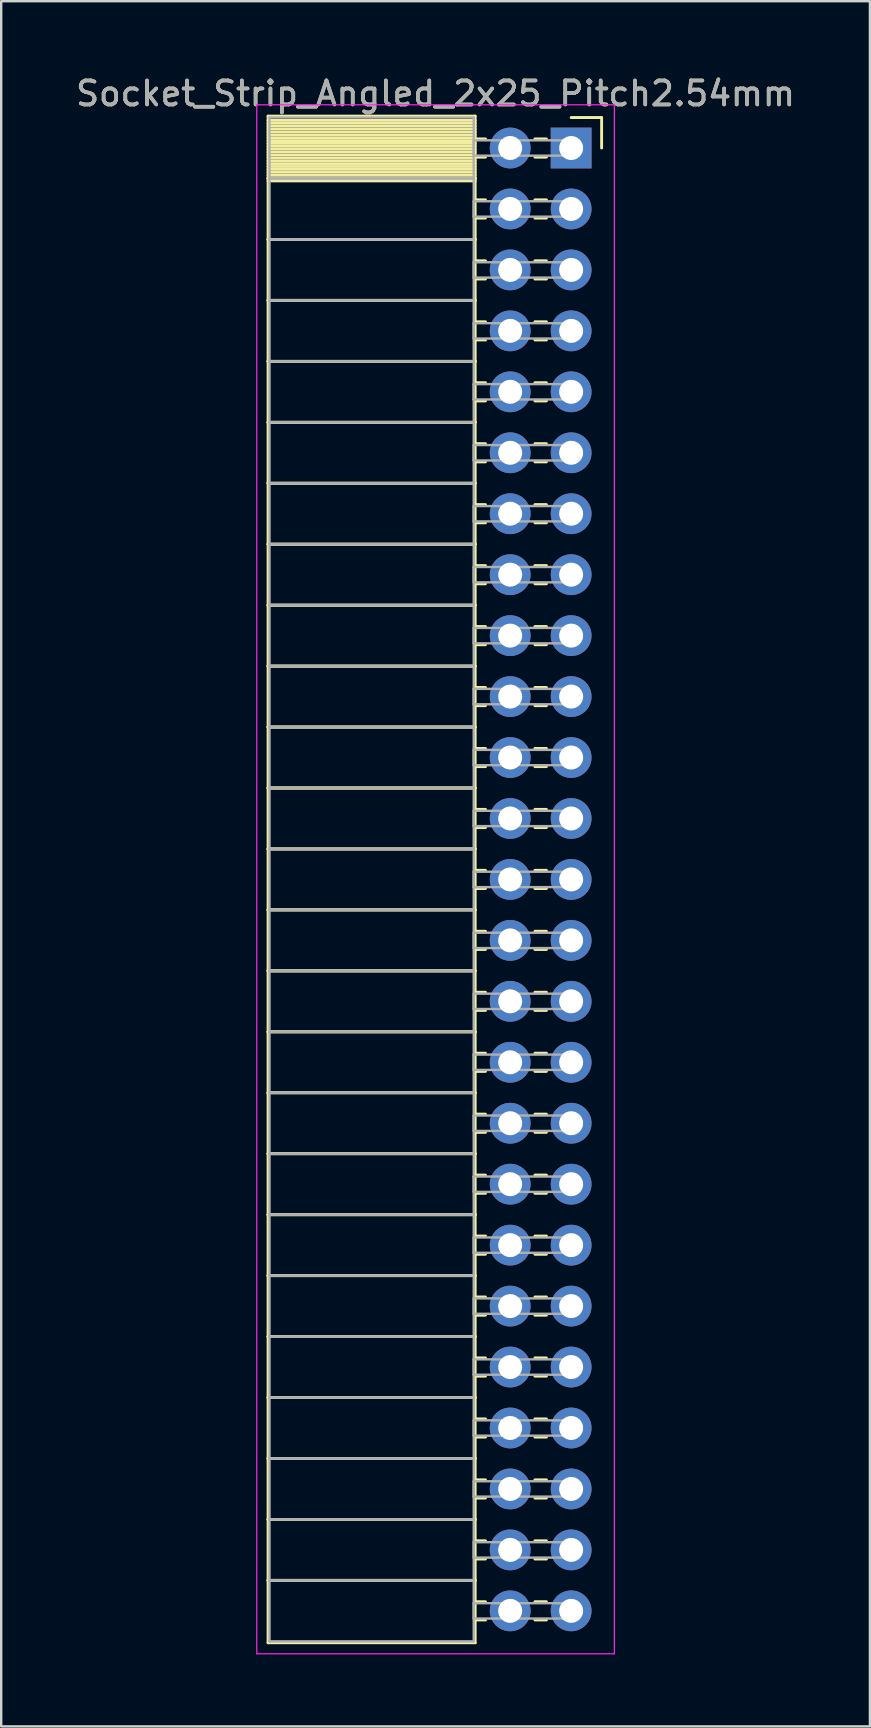
<source format=kicad_pcb>
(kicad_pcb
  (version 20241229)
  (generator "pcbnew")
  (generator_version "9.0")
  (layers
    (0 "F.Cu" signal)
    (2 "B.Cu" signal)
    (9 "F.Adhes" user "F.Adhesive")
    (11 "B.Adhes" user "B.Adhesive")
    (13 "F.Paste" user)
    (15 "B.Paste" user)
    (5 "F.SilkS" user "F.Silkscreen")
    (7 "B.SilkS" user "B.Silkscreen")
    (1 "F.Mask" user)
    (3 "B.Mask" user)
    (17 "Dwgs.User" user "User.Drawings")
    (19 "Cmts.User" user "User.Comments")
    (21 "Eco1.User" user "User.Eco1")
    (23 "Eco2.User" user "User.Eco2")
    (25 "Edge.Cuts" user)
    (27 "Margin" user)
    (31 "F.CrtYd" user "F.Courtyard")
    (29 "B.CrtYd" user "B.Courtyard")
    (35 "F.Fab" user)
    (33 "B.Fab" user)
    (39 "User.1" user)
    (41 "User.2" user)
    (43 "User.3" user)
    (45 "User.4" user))
  (footprint "Socket_Strip_Angled_2x25_Pitch2.54mm"
    (layer "F.Cu")
    (at 20.751 3.118)
    (property "Reference" "Socket_Strip_Angled_2x25_Pitch2.54mm" (at -5.65 -2.27 0) (layer "F.SilkS") (effects (font (size 1 1) (thickness 0.15))))
    (attr through_hole)
    (fp_line (start -12.63 -1.33) (end -4 -1.33) (stroke (width 0.12) (type solid)) (layer "F.SilkS"))
    (fp_line (start -12.63 1.27) (end -12.63 -1.33) (stroke (width 0.12) (type solid)) (layer "F.SilkS"))
    (fp_line (start -12.63 1.27) (end -4 1.27) (stroke (width 0.12) (type solid)) (layer "F.SilkS"))
    (fp_line (start -12.63 3.81) (end -12.63 1.27) (stroke (width 0.12) (type solid)) (layer "F.SilkS"))
    (fp_line (start -12.63 3.81) (end -4 3.81) (stroke (width 0.12) (type solid)) (layer "F.SilkS"))
    (fp_line (start -12.63 6.35) (end -12.63 3.81) (stroke (width 0.12) (type solid)) (layer "F.SilkS"))
    (fp_line (start -12.63 6.35) (end -4 6.35) (stroke (width 0.12) (type solid)) (layer "F.SilkS"))
    (fp_line (start -12.63 8.89) (end -12.63 6.35) (stroke (width 0.12) (type solid)) (layer "F.SilkS"))
    (fp_line (start -12.63 8.89) (end -4 8.89) (stroke (width 0.12) (type solid)) (layer "F.SilkS"))
    (fp_line (start -12.63 11.43) (end -12.63 8.89) (stroke (width 0.12) (type solid)) (layer "F.SilkS"))
    (fp_line (start -12.63 11.43) (end -4 11.43) (stroke (width 0.12) (type solid)) (layer "F.SilkS"))
    (fp_line (start -12.63 13.97) (end -12.63 11.43) (stroke (width 0.12) (type solid)) (layer "F.SilkS"))
    (fp_line (start -12.63 13.97) (end -4 13.97) (stroke (width 0.12) (type solid)) (layer "F.SilkS"))
    (fp_line (start -12.63 16.51) (end -12.63 13.97) (stroke (width 0.12) (type solid)) (layer "F.SilkS"))
    (fp_line (start -12.63 16.51) (end -4 16.51) (stroke (width 0.12) (type solid)) (layer "F.SilkS"))
    (fp_line (start -12.63 19.05) (end -12.63 16.51) (stroke (width 0.12) (type solid)) (layer "F.SilkS"))
    (fp_line (start -12.63 19.05) (end -4 19.05) (stroke (width 0.12) (type solid)) (layer "F.SilkS"))
    (fp_line (start -12.63 21.59) (end -12.63 19.05) (stroke (width 0.12) (type solid)) (layer "F.SilkS"))
    (fp_line (start -12.63 21.59) (end -4 21.59) (stroke (width 0.12) (type solid)) (layer "F.SilkS"))
    (fp_line (start -12.63 24.13) (end -12.63 21.59) (stroke (width 0.12) (type solid)) (layer "F.SilkS"))
    (fp_line (start -12.63 24.13) (end -4 24.13) (stroke (width 0.12) (type solid)) (layer "F.SilkS"))
    (fp_line (start -12.63 26.67) (end -12.63 24.13) (stroke (width 0.12) (type solid)) (layer "F.SilkS"))
    (fp_line (start -12.63 26.67) (end -4 26.67) (stroke (width 0.12) (type solid)) (layer "F.SilkS"))
    (fp_line (start -12.63 29.21) (end -12.63 26.67) (stroke (width 0.12) (type solid)) (layer "F.SilkS"))
    (fp_line (start -12.63 29.21) (end -4 29.21) (stroke (width 0.12) (type solid)) (layer "F.SilkS"))
    (fp_line (start -12.63 31.75) (end -12.63 29.21) (stroke (width 0.12) (type solid)) (layer "F.SilkS"))
    (fp_line (start -12.63 31.75) (end -4 31.75) (stroke (width 0.12) (type solid)) (layer "F.SilkS"))
    (fp_line (start -12.63 34.29) (end -12.63 31.75) (stroke (width 0.12) (type solid)) (layer "F.SilkS"))
    (fp_line (start -12.63 34.29) (end -4 34.29) (stroke (width 0.12) (type solid)) (layer "F.SilkS"))
    (fp_line (start -12.63 36.83) (end -12.63 34.29) (stroke (width 0.12) (type solid)) (layer "F.SilkS"))
    (fp_line (start -12.63 36.83) (end -4 36.83) (stroke (width 0.12) (type solid)) (layer "F.SilkS"))
    (fp_line (start -12.63 39.37) (end -12.63 36.83) (stroke (width 0.12) (type solid)) (layer "F.SilkS"))
    (fp_line (start -12.63 39.37) (end -4 39.37) (stroke (width 0.12) (type solid)) (layer "F.SilkS"))
    (fp_line (start -12.63 41.91) (end -12.63 39.37) (stroke (width 0.12) (type solid)) (layer "F.SilkS"))
    (fp_line (start -12.63 41.91) (end -4 41.91) (stroke (width 0.12) (type solid)) (layer "F.SilkS"))
    (fp_line (start -12.63 44.45) (end -12.63 41.91) (stroke (width 0.12) (type solid)) (layer "F.SilkS"))
    (fp_line (start -12.63 44.45) (end -4 44.45) (stroke (width 0.12) (type solid)) (layer "F.SilkS"))
    (fp_line (start -12.63 46.99) (end -12.63 44.45) (stroke (width 0.12) (type solid)) (layer "F.SilkS"))
    (fp_line (start -12.63 46.99) (end -4 46.99) (stroke (width 0.12) (type solid)) (layer "F.SilkS"))
    (fp_line (start -12.63 49.53) (end -12.63 46.99) (stroke (width 0.12) (type solid)) (layer "F.SilkS"))
    (fp_line (start -12.63 49.53) (end -4 49.53) (stroke (width 0.12) (type solid)) (layer "F.SilkS"))
    (fp_line (start -12.63 52.07) (end -12.63 49.53) (stroke (width 0.12) (type solid)) (layer "F.SilkS"))
    (fp_line (start -12.63 52.07) (end -4 52.07) (stroke (width 0.12) (type solid)) (layer "F.SilkS"))
    (fp_line (start -12.63 54.61) (end -12.63 52.07) (stroke (width 0.12) (type solid)) (layer "F.SilkS"))
    (fp_line (start -12.63 54.61) (end -4 54.61) (stroke (width 0.12) (type solid)) (layer "F.SilkS"))
    (fp_line (start -12.63 57.15) (end -12.63 54.61) (stroke (width 0.12) (type solid)) (layer "F.SilkS"))
    (fp_line (start -12.63 57.15) (end -4 57.15) (stroke (width 0.12) (type solid)) (layer "F.SilkS"))
    (fp_line (start -12.63 59.69) (end -12.63 57.15) (stroke (width 0.12) (type solid)) (layer "F.SilkS"))
    (fp_line (start -12.63 59.69) (end -4 59.69) (stroke (width 0.12) (type solid)) (layer "F.SilkS"))
    (fp_line (start -12.63 62.29) (end -12.63 59.69) (stroke (width 0.12) (type solid)) (layer "F.SilkS"))
    (fp_line (start -4 -1.33) (end -4 1.27) (stroke (width 0.12) (type solid)) (layer "F.SilkS"))
    (fp_line (start -4 -1.15) (end -12.63 -1.15) (stroke (width 0.12) (type solid)) (layer "F.SilkS"))
    (fp_line (start -4 -1.03) (end -12.63 -1.03) (stroke (width 0.12) (type solid)) (layer "F.SilkS"))
    (fp_line (start -4 -0.91) (end -12.63 -0.91) (stroke (width 0.12) (type solid)) (layer "F.SilkS"))
    (fp_line (start -4 -0.79) (end -12.63 -0.79) (stroke (width 0.12) (type solid)) (layer "F.SilkS"))
    (fp_line (start -4 -0.67) (end -12.63 -0.67) (stroke (width 0.12) (type solid)) (layer "F.SilkS"))
    (fp_line (start -4 -0.55) (end -12.63 -0.55) (stroke (width 0.12) (type solid)) (layer "F.SilkS"))
    (fp_line (start -4 -0.43) (end -12.63 -0.43) (stroke (width 0.12) (type solid)) (layer "F.SilkS"))
    (fp_line (start -4 -0.31) (end -12.63 -0.31) (stroke (width 0.12) (type solid)) (layer "F.SilkS"))
    (fp_line (start -4 -0.19) (end -12.63 -0.19) (stroke (width 0.12) (type solid)) (layer "F.SilkS"))
    (fp_line (start -4 -0.07) (end -12.63 -0.07) (stroke (width 0.12) (type solid)) (layer "F.SilkS"))
    (fp_line (start -4 0.05) (end -12.63 0.05) (stroke (width 0.12) (type solid)) (layer "F.SilkS"))
    (fp_line (start -4 0.17) (end -12.63 0.17) (stroke (width 0.12) (type solid)) (layer "F.SilkS"))
    (fp_line (start -4 0.29) (end -12.63 0.29) (stroke (width 0.12) (type solid)) (layer "F.SilkS"))
    (fp_line (start -4 0.41) (end -12.63 0.41) (stroke (width 0.12) (type solid)) (layer "F.SilkS"))
    (fp_line (start -4 0.53) (end -12.63 0.53) (stroke (width 0.12) (type solid)) (layer "F.SilkS"))
    (fp_line (start -4 0.65) (end -12.63 0.65) (stroke (width 0.12) (type solid)) (layer "F.SilkS"))
    (fp_line (start -4 0.77) (end -12.63 0.77) (stroke (width 0.12) (type solid)) (layer "F.SilkS"))
    (fp_line (start -4 0.89) (end -12.63 0.89) (stroke (width 0.12) (type solid)) (layer "F.SilkS"))
    (fp_line (start -4 1.01) (end -12.63 1.01) (stroke (width 0.12) (type solid)) (layer "F.SilkS"))
    (fp_line (start -4 1.13) (end -12.63 1.13) (stroke (width 0.12) (type solid)) (layer "F.SilkS"))
    (fp_line (start -4 1.25) (end -12.63 1.25) (stroke (width 0.12) (type solid)) (layer "F.SilkS"))
    (fp_line (start -4 1.27) (end -12.63 1.27) (stroke (width 0.12) (type solid)) (layer "F.SilkS"))
    (fp_line (start -4 1.27) (end -4 3.81) (stroke (width 0.12) (type solid)) (layer "F.SilkS"))
    (fp_line (start -4 1.37) (end -12.63 1.37) (stroke (width 0.12) (type solid)) (layer "F.SilkS"))
    (fp_line (start -4 3.81) (end -12.63 3.81) (stroke (width 0.12) (type solid)) (layer "F.SilkS"))
    (fp_line (start -4 3.81) (end -4 6.35) (stroke (width 0.12) (type solid)) (layer "F.SilkS"))
    (fp_line (start -4 6.35) (end -12.63 6.35) (stroke (width 0.12) (type solid)) (layer "F.SilkS"))
    (fp_line (start -4 6.35) (end -4 8.89) (stroke (width 0.12) (type solid)) (layer "F.SilkS"))
    (fp_line (start -4 8.89) (end -12.63 8.89) (stroke (width 0.12) (type solid)) (layer "F.SilkS"))
    (fp_line (start -4 8.89) (end -4 11.43) (stroke (width 0.12) (type solid)) (layer "F.SilkS"))
    (fp_line (start -4 11.43) (end -12.63 11.43) (stroke (width 0.12) (type solid)) (layer "F.SilkS"))
    (fp_line (start -4 11.43) (end -4 13.97) (stroke (width 0.12) (type solid)) (layer "F.SilkS"))
    (fp_line (start -4 13.97) (end -12.63 13.97) (stroke (width 0.12) (type solid)) (layer "F.SilkS"))
    (fp_line (start -4 13.97) (end -4 16.51) (stroke (width 0.12) (type solid)) (layer "F.SilkS"))
    (fp_line (start -4 16.51) (end -12.63 16.51) (stroke (width 0.12) (type solid)) (layer "F.SilkS"))
    (fp_line (start -4 16.51) (end -4 19.05) (stroke (width 0.12) (type solid)) (layer "F.SilkS"))
    (fp_line (start -4 19.05) (end -12.63 19.05) (stroke (width 0.12) (type solid)) (layer "F.SilkS"))
    (fp_line (start -4 19.05) (end -4 21.59) (stroke (width 0.12) (type solid)) (layer "F.SilkS"))
    (fp_line (start -4 21.59) (end -12.63 21.59) (stroke (width 0.12) (type solid)) (layer "F.SilkS"))
    (fp_line (start -4 21.59) (end -4 24.13) (stroke (width 0.12) (type solid)) (layer "F.SilkS"))
    (fp_line (start -4 24.13) (end -12.63 24.13) (stroke (width 0.12) (type solid)) (layer "F.SilkS"))
    (fp_line (start -4 24.13) (end -4 26.67) (stroke (width 0.12) (type solid)) (layer "F.SilkS"))
    (fp_line (start -4 26.67) (end -12.63 26.67) (stroke (width 0.12) (type solid)) (layer "F.SilkS"))
    (fp_line (start -4 26.67) (end -4 29.21) (stroke (width 0.12) (type solid)) (layer "F.SilkS"))
    (fp_line (start -4 29.21) (end -12.63 29.21) (stroke (width 0.12) (type solid)) (layer "F.SilkS"))
    (fp_line (start -4 29.21) (end -4 31.75) (stroke (width 0.12) (type solid)) (layer "F.SilkS"))
    (fp_line (start -4 31.75) (end -12.63 31.75) (stroke (width 0.12) (type solid)) (layer "F.SilkS"))
    (fp_line (start -4 31.75) (end -4 34.29) (stroke (width 0.12) (type solid)) (layer "F.SilkS"))
    (fp_line (start -4 34.29) (end -12.63 34.29) (stroke (width 0.12) (type solid)) (layer "F.SilkS"))
    (fp_line (start -4 34.29) (end -4 36.83) (stroke (width 0.12) (type solid)) (layer "F.SilkS"))
    (fp_line (start -4 36.83) (end -12.63 36.83) (stroke (width 0.12) (type solid)) (layer "F.SilkS"))
    (fp_line (start -4 36.83) (end -4 39.37) (stroke (width 0.12) (type solid)) (layer "F.SilkS"))
    (fp_line (start -4 39.37) (end -12.63 39.37) (stroke (width 0.12) (type solid)) (layer "F.SilkS"))
    (fp_line (start -4 39.37) (end -4 41.91) (stroke (width 0.12) (type solid)) (layer "F.SilkS"))
    (fp_line (start -4 41.91) (end -12.63 41.91) (stroke (width 0.12) (type solid)) (layer "F.SilkS"))
    (fp_line (start -4 41.91) (end -4 44.45) (stroke (width 0.12) (type solid)) (layer "F.SilkS"))
    (fp_line (start -4 44.45) (end -12.63 44.45) (stroke (width 0.12) (type solid)) (layer "F.SilkS"))
    (fp_line (start -4 44.45) (end -4 46.99) (stroke (width 0.12) (type solid)) (layer "F.SilkS"))
    (fp_line (start -4 46.99) (end -12.63 46.99) (stroke (width 0.12) (type solid)) (layer "F.SilkS"))
    (fp_line (start -4 46.99) (end -4 49.53) (stroke (width 0.12) (type solid)) (layer "F.SilkS"))
    (fp_line (start -4 49.53) (end -12.63 49.53) (stroke (width 0.12) (type solid)) (layer "F.SilkS"))
    (fp_line (start -4 49.53) (end -4 52.07) (stroke (width 0.12) (type solid)) (layer "F.SilkS"))
    (fp_line (start -4 52.07) (end -12.63 52.07) (stroke (width 0.12) (type solid)) (layer "F.SilkS"))
    (fp_line (start -4 52.07) (end -4 54.61) (stroke (width 0.12) (type solid)) (layer "F.SilkS"))
    (fp_line (start -4 54.61) (end -12.63 54.61) (stroke (width 0.12) (type solid)) (layer "F.SilkS"))
    (fp_line (start -4 54.61) (end -4 57.15) (stroke (width 0.12) (type solid)) (layer "F.SilkS"))
    (fp_line (start -4 57.15) (end -12.63 57.15) (stroke (width 0.12) (type solid)) (layer "F.SilkS"))
    (fp_line (start -4 57.15) (end -4 59.69) (stroke (width 0.12) (type solid)) (layer "F.SilkS"))
    (fp_line (start -4 59.69) (end -12.63 59.69) (stroke (width 0.12) (type solid)) (layer "F.SilkS"))
    (fp_line (start -4 59.69) (end -4 62.29) (stroke (width 0.12) (type solid)) (layer "F.SilkS"))
    (fp_line (start -4 62.29) (end -12.63 62.29) (stroke (width 0.12) (type solid)) (layer "F.SilkS"))
    (fp_line (start -3.57 -0.38) (end -4 -0.38) (stroke (width 0.12) (type solid)) (layer "F.SilkS"))
    (fp_line (start -3.57 0.38) (end -4 0.38) (stroke (width 0.12) (type solid)) (layer "F.SilkS"))
    (fp_line (start -3.57 2.16) (end -4 2.16) (stroke (width 0.12) (type solid)) (layer "F.SilkS"))
    (fp_line (start -3.57 2.92) (end -4 2.92) (stroke (width 0.12) (type solid)) (layer "F.SilkS"))
    (fp_line (start -3.57 4.7) (end -4 4.7) (stroke (width 0.12) (type solid)) (layer "F.SilkS"))
    (fp_line (start -3.57 5.46) (end -4 5.46) (stroke (width 0.12) (type solid)) (layer "F.SilkS"))
    (fp_line (start -3.57 7.24) (end -4 7.24) (stroke (width 0.12) (type solid)) (layer "F.SilkS"))
    (fp_line (start -3.57 8) (end -4 8) (stroke (width 0.12) (type solid)) (layer "F.SilkS"))
    (fp_line (start -3.57 9.78) (end -4 9.78) (stroke (width 0.12) (type solid)) (layer "F.SilkS"))
    (fp_line (start -3.57 10.54) (end -4 10.54) (stroke (width 0.12) (type solid)) (layer "F.SilkS"))
    (fp_line (start -3.57 12.32) (end -4 12.32) (stroke (width 0.12) (type solid)) (layer "F.SilkS"))
    (fp_line (start -3.57 13.08) (end -4 13.08) (stroke (width 0.12) (type solid)) (layer "F.SilkS"))
    (fp_line (start -3.57 14.86) (end -4 14.86) (stroke (width 0.12) (type solid)) (layer "F.SilkS"))
    (fp_line (start -3.57 15.62) (end -4 15.62) (stroke (width 0.12) (type solid)) (layer "F.SilkS"))
    (fp_line (start -3.57 17.4) (end -4 17.4) (stroke (width 0.12) (type solid)) (layer "F.SilkS"))
    (fp_line (start -3.57 18.16) (end -4 18.16) (stroke (width 0.12) (type solid)) (layer "F.SilkS"))
    (fp_line (start -3.57 19.94) (end -4 19.94) (stroke (width 0.12) (type solid)) (layer "F.SilkS"))
    (fp_line (start -3.57 20.7) (end -4 20.7) (stroke (width 0.12) (type solid)) (layer "F.SilkS"))
    (fp_line (start -3.57 22.48) (end -4 22.48) (stroke (width 0.12) (type solid)) (layer "F.SilkS"))
    (fp_line (start -3.57 23.24) (end -4 23.24) (stroke (width 0.12) (type solid)) (layer "F.SilkS"))
    (fp_line (start -3.57 25.02) (end -4 25.02) (stroke (width 0.12) (type solid)) (layer "F.SilkS"))
    (fp_line (start -3.57 25.78) (end -4 25.78) (stroke (width 0.12) (type solid)) (layer "F.SilkS"))
    (fp_line (start -3.57 27.56) (end -4 27.56) (stroke (width 0.12) (type solid)) (layer "F.SilkS"))
    (fp_line (start -3.57 28.32) (end -4 28.32) (stroke (width 0.12) (type solid)) (layer "F.SilkS"))
    (fp_line (start -3.57 30.1) (end -4 30.1) (stroke (width 0.12) (type solid)) (layer "F.SilkS"))
    (fp_line (start -3.57 30.86) (end -4 30.86) (stroke (width 0.12) (type solid)) (layer "F.SilkS"))
    (fp_line (start -3.57 32.64) (end -4 32.64) (stroke (width 0.12) (type solid)) (layer "F.SilkS"))
    (fp_line (start -3.57 33.4) (end -4 33.4) (stroke (width 0.12) (type solid)) (layer "F.SilkS"))
    (fp_line (start -3.57 35.18) (end -4 35.18) (stroke (width 0.12) (type solid)) (layer "F.SilkS"))
    (fp_line (start -3.57 35.94) (end -4 35.94) (stroke (width 0.12) (type solid)) (layer "F.SilkS"))
    (fp_line (start -3.57 37.72) (end -4 37.72) (stroke (width 0.12) (type solid)) (layer "F.SilkS"))
    (fp_line (start -3.57 38.48) (end -4 38.48) (stroke (width 0.12) (type solid)) (layer "F.SilkS"))
    (fp_line (start -3.57 40.26) (end -4 40.26) (stroke (width 0.12) (type solid)) (layer "F.SilkS"))
    (fp_line (start -3.57 41.02) (end -4 41.02) (stroke (width 0.12) (type solid)) (layer "F.SilkS"))
    (fp_line (start -3.57 42.8) (end -4 42.8) (stroke (width 0.12) (type solid)) (layer "F.SilkS"))
    (fp_line (start -3.57 43.56) (end -4 43.56) (stroke (width 0.12) (type solid)) (layer "F.SilkS"))
    (fp_line (start -3.57 45.34) (end -4 45.34) (stroke (width 0.12) (type solid)) (layer "F.SilkS"))
    (fp_line (start -3.57 46.1) (end -4 46.1) (stroke (width 0.12) (type solid)) (layer "F.SilkS"))
    (fp_line (start -3.57 47.88) (end -4 47.88) (stroke (width 0.12) (type solid)) (layer "F.SilkS"))
    (fp_line (start -3.57 48.64) (end -4 48.64) (stroke (width 0.12) (type solid)) (layer "F.SilkS"))
    (fp_line (start -3.57 50.42) (end -4 50.42) (stroke (width 0.12) (type solid)) (layer "F.SilkS"))
    (fp_line (start -3.57 51.18) (end -4 51.18) (stroke (width 0.12) (type solid)) (layer "F.SilkS"))
    (fp_line (start -3.57 52.96) (end -4 52.96) (stroke (width 0.12) (type solid)) (layer "F.SilkS"))
    (fp_line (start -3.57 53.72) (end -4 53.72) (stroke (width 0.12) (type solid)) (layer "F.SilkS"))
    (fp_line (start -3.57 55.5) (end -4 55.5) (stroke (width 0.12) (type solid)) (layer "F.SilkS"))
    (fp_line (start -3.57 56.26) (end -4 56.26) (stroke (width 0.12) (type solid)) (layer "F.SilkS"))
    (fp_line (start -3.57 58.04) (end -4 58.04) (stroke (width 0.12) (type solid)) (layer "F.SilkS"))
    (fp_line (start -3.57 58.8) (end -4 58.8) (stroke (width 0.12) (type solid)) (layer "F.SilkS"))
    (fp_line (start -3.57 60.58) (end -4 60.58) (stroke (width 0.12) (type solid)) (layer "F.SilkS"))
    (fp_line (start -3.57 61.34) (end -4 61.34) (stroke (width 0.12) (type solid)) (layer "F.SilkS"))
    (fp_line (start -1.03 -0.38) (end -1.51 -0.38) (stroke (width 0.12) (type solid)) (layer "F.SilkS"))
    (fp_line (start -1.03 0.38) (end -1.51 0.38) (stroke (width 0.12) (type solid)) (layer "F.SilkS"))
    (fp_line (start -1.03 2.16) (end -1.51 2.16) (stroke (width 0.12) (type solid)) (layer "F.SilkS"))
    (fp_line (start -1.03 2.92) (end -1.51 2.92) (stroke (width 0.12) (type solid)) (layer "F.SilkS"))
    (fp_line (start -1.03 4.7) (end -1.51 4.7) (stroke (width 0.12) (type solid)) (layer "F.SilkS"))
    (fp_line (start -1.03 5.46) (end -1.51 5.46) (stroke (width 0.12) (type solid)) (layer "F.SilkS"))
    (fp_line (start -1.03 7.24) (end -1.51 7.24) (stroke (width 0.12) (type solid)) (layer "F.SilkS"))
    (fp_line (start -1.03 8) (end -1.51 8) (stroke (width 0.12) (type solid)) (layer "F.SilkS"))
    (fp_line (start -1.03 9.78) (end -1.51 9.78) (stroke (width 0.12) (type solid)) (layer "F.SilkS"))
    (fp_line (start -1.03 10.54) (end -1.51 10.54) (stroke (width 0.12) (type solid)) (layer "F.SilkS"))
    (fp_line (start -1.03 12.32) (end -1.51 12.32) (stroke (width 0.12) (type solid)) (layer "F.SilkS"))
    (fp_line (start -1.03 13.08) (end -1.51 13.08) (stroke (width 0.12) (type solid)) (layer "F.SilkS"))
    (fp_line (start -1.03 14.86) (end -1.51 14.86) (stroke (width 0.12) (type solid)) (layer "F.SilkS"))
    (fp_line (start -1.03 15.62) (end -1.51 15.62) (stroke (width 0.12) (type solid)) (layer "F.SilkS"))
    (fp_line (start -1.03 17.4) (end -1.51 17.4) (stroke (width 0.12) (type solid)) (layer "F.SilkS"))
    (fp_line (start -1.03 18.16) (end -1.51 18.16) (stroke (width 0.12) (type solid)) (layer "F.SilkS"))
    (fp_line (start -1.03 19.94) (end -1.51 19.94) (stroke (width 0.12) (type solid)) (layer "F.SilkS"))
    (fp_line (start -1.03 20.7) (end -1.51 20.7) (stroke (width 0.12) (type solid)) (layer "F.SilkS"))
    (fp_line (start -1.03 22.48) (end -1.51 22.48) (stroke (width 0.12) (type solid)) (layer "F.SilkS"))
    (fp_line (start -1.03 23.24) (end -1.51 23.24) (stroke (width 0.12) (type solid)) (layer "F.SilkS"))
    (fp_line (start -1.03 25.02) (end -1.51 25.02) (stroke (width 0.12) (type solid)) (layer "F.SilkS"))
    (fp_line (start -1.03 25.78) (end -1.51 25.78) (stroke (width 0.12) (type solid)) (layer "F.SilkS"))
    (fp_line (start -1.03 27.56) (end -1.51 27.56) (stroke (width 0.12) (type solid)) (layer "F.SilkS"))
    (fp_line (start -1.03 28.32) (end -1.51 28.32) (stroke (width 0.12) (type solid)) (layer "F.SilkS"))
    (fp_line (start -1.03 30.1) (end -1.51 30.1) (stroke (width 0.12) (type solid)) (layer "F.SilkS"))
    (fp_line (start -1.03 30.86) (end -1.51 30.86) (stroke (width 0.12) (type solid)) (layer "F.SilkS"))
    (fp_line (start -1.03 32.64) (end -1.51 32.64) (stroke (width 0.12) (type solid)) (layer "F.SilkS"))
    (fp_line (start -1.03 33.4) (end -1.51 33.4) (stroke (width 0.12) (type solid)) (layer "F.SilkS"))
    (fp_line (start -1.03 35.18) (end -1.51 35.18) (stroke (width 0.12) (type solid)) (layer "F.SilkS"))
    (fp_line (start -1.03 35.94) (end -1.51 35.94) (stroke (width 0.12) (type solid)) (layer "F.SilkS"))
    (fp_line (start -1.03 37.72) (end -1.51 37.72) (stroke (width 0.12) (type solid)) (layer "F.SilkS"))
    (fp_line (start -1.03 38.48) (end -1.51 38.48) (stroke (width 0.12) (type solid)) (layer "F.SilkS"))
    (fp_line (start -1.03 40.26) (end -1.51 40.26) (stroke (width 0.12) (type solid)) (layer "F.SilkS"))
    (fp_line (start -1.03 41.02) (end -1.51 41.02) (stroke (width 0.12) (type solid)) (layer "F.SilkS"))
    (fp_line (start -1.03 42.8) (end -1.51 42.8) (stroke (width 0.12) (type solid)) (layer "F.SilkS"))
    (fp_line (start -1.03 43.56) (end -1.51 43.56) (stroke (width 0.12) (type solid)) (layer "F.SilkS"))
    (fp_line (start -1.03 45.34) (end -1.51 45.34) (stroke (width 0.12) (type solid)) (layer "F.SilkS"))
    (fp_line (start -1.03 46.1) (end -1.51 46.1) (stroke (width 0.12) (type solid)) (layer "F.SilkS"))
    (fp_line (start -1.03 47.88) (end -1.51 47.88) (stroke (width 0.12) (type solid)) (layer "F.SilkS"))
    (fp_line (start -1.03 48.64) (end -1.51 48.64) (stroke (width 0.12) (type solid)) (layer "F.SilkS"))
    (fp_line (start -1.03 50.42) (end -1.51 50.42) (stroke (width 0.12) (type solid)) (layer "F.SilkS"))
    (fp_line (start -1.03 51.18) (end -1.51 51.18) (stroke (width 0.12) (type solid)) (layer "F.SilkS"))
    (fp_line (start -1.03 52.96) (end -1.51 52.96) (stroke (width 0.12) (type solid)) (layer "F.SilkS"))
    (fp_line (start -1.03 53.72) (end -1.51 53.72) (stroke (width 0.12) (type solid)) (layer "F.SilkS"))
    (fp_line (start -1.03 55.5) (end -1.51 55.5) (stroke (width 0.12) (type solid)) (layer "F.SilkS"))
    (fp_line (start -1.03 56.26) (end -1.51 56.26) (stroke (width 0.12) (type solid)) (layer "F.SilkS"))
    (fp_line (start -1.03 58.04) (end -1.51 58.04) (stroke (width 0.12) (type solid)) (layer "F.SilkS"))
    (fp_line (start -1.03 58.8) (end -1.51 58.8) (stroke (width 0.12) (type solid)) (layer "F.SilkS"))
    (fp_line (start -1.03 60.58) (end -1.51 60.58) (stroke (width 0.12) (type solid)) (layer "F.SilkS"))
    (fp_line (start -1.03 61.34) (end -1.51 61.34) (stroke (width 0.12) (type solid)) (layer "F.SilkS"))
    (fp_line (start 0 -1.27) (end 1.27 -1.27) (stroke (width 0.12) (type solid)) (layer "F.SilkS"))
    (fp_line (start 1.27 -1.27) (end 1.27 0) (stroke (width 0.12) (type solid)) (layer "F.SilkS"))
    (fp_line (start -13.1 -1.8) (end 1.8 -1.8) (stroke (width 0.05) (type solid)) (layer "F.CrtYd"))
    (fp_line (start -13.1 62.75) (end -13.1 -1.8) (stroke (width 0.05) (type solid)) (layer "F.CrtYd"))
    (fp_line (start 1.8 -1.8) (end 1.8 62.75) (stroke (width 0.05) (type solid)) (layer "F.CrtYd"))
    (fp_line (start 1.8 62.75) (end -13.1 62.75) (stroke (width 0.05) (type solid)) (layer "F.CrtYd"))
    (fp_line (start -12.57 -1.27) (end -4.06 -1.27) (stroke (width 0.1) (type solid)) (layer "F.Fab"))
    (fp_line (start -12.57 1.27) (end -12.57 -1.27) (stroke (width 0.1) (type solid)) (layer "F.Fab"))
    (fp_line (start -12.57 1.27) (end -4.06 1.27) (stroke (width 0.1) (type solid)) (layer "F.Fab"))
    (fp_line (start -12.57 3.81) (end -12.57 1.27) (stroke (width 0.1) (type solid)) (layer "F.Fab"))
    (fp_line (start -12.57 3.81) (end -4.06 3.81) (stroke (width 0.1) (type solid)) (layer "F.Fab"))
    (fp_line (start -12.57 6.35) (end -12.57 3.81) (stroke (width 0.1) (type solid)) (layer "F.Fab"))
    (fp_line (start -12.57 6.35) (end -4.06 6.35) (stroke (width 0.1) (type solid)) (layer "F.Fab"))
    (fp_line (start -12.57 8.89) (end -12.57 6.35) (stroke (width 0.1) (type solid)) (layer "F.Fab"))
    (fp_line (start -12.57 8.89) (end -4.06 8.89) (stroke (width 0.1) (type solid)) (layer "F.Fab"))
    (fp_line (start -12.57 11.43) (end -12.57 8.89) (stroke (width 0.1) (type solid)) (layer "F.Fab"))
    (fp_line (start -12.57 11.43) (end -4.06 11.43) (stroke (width 0.1) (type solid)) (layer "F.Fab"))
    (fp_line (start -12.57 13.97) (end -12.57 11.43) (stroke (width 0.1) (type solid)) (layer "F.Fab"))
    (fp_line (start -12.57 13.97) (end -4.06 13.97) (stroke (width 0.1) (type solid)) (layer "F.Fab"))
    (fp_line (start -12.57 16.51) (end -12.57 13.97) (stroke (width 0.1) (type solid)) (layer "F.Fab"))
    (fp_line (start -12.57 16.51) (end -4.06 16.51) (stroke (width 0.1) (type solid)) (layer "F.Fab"))
    (fp_line (start -12.57 19.05) (end -12.57 16.51) (stroke (width 0.1) (type solid)) (layer "F.Fab"))
    (fp_line (start -12.57 19.05) (end -4.06 19.05) (stroke (width 0.1) (type solid)) (layer "F.Fab"))
    (fp_line (start -12.57 21.59) (end -12.57 19.05) (stroke (width 0.1) (type solid)) (layer "F.Fab"))
    (fp_line (start -12.57 21.59) (end -4.06 21.59) (stroke (width 0.1) (type solid)) (layer "F.Fab"))
    (fp_line (start -12.57 24.13) (end -12.57 21.59) (stroke (width 0.1) (type solid)) (layer "F.Fab"))
    (fp_line (start -12.57 24.13) (end -4.06 24.13) (stroke (width 0.1) (type solid)) (layer "F.Fab"))
    (fp_line (start -12.57 26.67) (end -12.57 24.13) (stroke (width 0.1) (type solid)) (layer "F.Fab"))
    (fp_line (start -12.57 26.67) (end -4.06 26.67) (stroke (width 0.1) (type solid)) (layer "F.Fab"))
    (fp_line (start -12.57 29.21) (end -12.57 26.67) (stroke (width 0.1) (type solid)) (layer "F.Fab"))
    (fp_line (start -12.57 29.21) (end -4.06 29.21) (stroke (width 0.1) (type solid)) (layer "F.Fab"))
    (fp_line (start -12.57 31.75) (end -12.57 29.21) (stroke (width 0.1) (type solid)) (layer "F.Fab"))
    (fp_line (start -12.57 31.75) (end -4.06 31.75) (stroke (width 0.1) (type solid)) (layer "F.Fab"))
    (fp_line (start -12.57 34.29) (end -12.57 31.75) (stroke (width 0.1) (type solid)) (layer "F.Fab"))
    (fp_line (start -12.57 34.29) (end -4.06 34.29) (stroke (width 0.1) (type solid)) (layer "F.Fab"))
    (fp_line (start -12.57 36.83) (end -12.57 34.29) (stroke (width 0.1) (type solid)) (layer "F.Fab"))
    (fp_line (start -12.57 36.83) (end -4.06 36.83) (stroke (width 0.1) (type solid)) (layer "F.Fab"))
    (fp_line (start -12.57 39.37) (end -12.57 36.83) (stroke (width 0.1) (type solid)) (layer "F.Fab"))
    (fp_line (start -12.57 39.37) (end -4.06 39.37) (stroke (width 0.1) (type solid)) (layer "F.Fab"))
    (fp_line (start -12.57 41.91) (end -12.57 39.37) (stroke (width 0.1) (type solid)) (layer "F.Fab"))
    (fp_line (start -12.57 41.91) (end -4.06 41.91) (stroke (width 0.1) (type solid)) (layer "F.Fab"))
    (fp_line (start -12.57 44.45) (end -12.57 41.91) (stroke (width 0.1) (type solid)) (layer "F.Fab"))
    (fp_line (start -12.57 44.45) (end -4.06 44.45) (stroke (width 0.1) (type solid)) (layer "F.Fab"))
    (fp_line (start -12.57 46.99) (end -12.57 44.45) (stroke (width 0.1) (type solid)) (layer "F.Fab"))
    (fp_line (start -12.57 46.99) (end -4.06 46.99) (stroke (width 0.1) (type solid)) (layer "F.Fab"))
    (fp_line (start -12.57 49.53) (end -12.57 46.99) (stroke (width 0.1) (type solid)) (layer "F.Fab"))
    (fp_line (start -12.57 49.53) (end -4.06 49.53) (stroke (width 0.1) (type solid)) (layer "F.Fab"))
    (fp_line (start -12.57 52.07) (end -12.57 49.53) (stroke (width 0.1) (type solid)) (layer "F.Fab"))
    (fp_line (start -12.57 52.07) (end -4.06 52.07) (stroke (width 0.1) (type solid)) (layer "F.Fab"))
    (fp_line (start -12.57 54.61) (end -12.57 52.07) (stroke (width 0.1) (type solid)) (layer "F.Fab"))
    (fp_line (start -12.57 54.61) (end -4.06 54.61) (stroke (width 0.1) (type solid)) (layer "F.Fab"))
    (fp_line (start -12.57 57.15) (end -12.57 54.61) (stroke (width 0.1) (type solid)) (layer "F.Fab"))
    (fp_line (start -12.57 57.15) (end -4.06 57.15) (stroke (width 0.1) (type solid)) (layer "F.Fab"))
    (fp_line (start -12.57 59.69) (end -12.57 57.15) (stroke (width 0.1) (type solid)) (layer "F.Fab"))
    (fp_line (start -12.57 59.69) (end -4.06 59.69) (stroke (width 0.1) (type solid)) (layer "F.Fab"))
    (fp_line (start -12.57 62.23) (end -12.57 59.69) (stroke (width 0.1) (type solid)) (layer "F.Fab"))
    (fp_line (start -4.06 -1.27) (end -4.06 1.27) (stroke (width 0.1) (type solid)) (layer "F.Fab"))
    (fp_line (start -4.06 -0.32) (end 0 -0.32) (stroke (width 0.1) (type solid)) (layer "F.Fab"))
    (fp_line (start -4.06 0.32) (end -4.06 -0.32) (stroke (width 0.1) (type solid)) (layer "F.Fab"))
    (fp_line (start -4.06 1.27) (end -12.57 1.27) (stroke (width 0.1) (type solid)) (layer "F.Fab"))
    (fp_line (start -4.06 1.27) (end -4.06 3.81) (stroke (width 0.1) (type solid)) (layer "F.Fab"))
    (fp_line (start -4.06 2.22) (end 0 2.22) (stroke (width 0.1) (type solid)) (layer "F.Fab"))
    (fp_line (start -4.06 2.86) (end -4.06 2.22) (stroke (width 0.1) (type solid)) (layer "F.Fab"))
    (fp_line (start -4.06 3.81) (end -12.57 3.81) (stroke (width 0.1) (type solid)) (layer "F.Fab"))
    (fp_line (start -4.06 3.81) (end -4.06 6.35) (stroke (width 0.1) (type solid)) (layer "F.Fab"))
    (fp_line (start -4.06 4.76) (end 0 4.76) (stroke (width 0.1) (type solid)) (layer "F.Fab"))
    (fp_line (start -4.06 5.4) (end -4.06 4.76) (stroke (width 0.1) (type solid)) (layer "F.Fab"))
    (fp_line (start -4.06 6.35) (end -12.57 6.35) (stroke (width 0.1) (type solid)) (layer "F.Fab"))
    (fp_line (start -4.06 6.35) (end -4.06 8.89) (stroke (width 0.1) (type solid)) (layer "F.Fab"))
    (fp_line (start -4.06 7.3) (end 0 7.3) (stroke (width 0.1) (type solid)) (layer "F.Fab"))
    (fp_line (start -4.06 7.94) (end -4.06 7.3) (stroke (width 0.1) (type solid)) (layer "F.Fab"))
    (fp_line (start -4.06 8.89) (end -12.57 8.89) (stroke (width 0.1) (type solid)) (layer "F.Fab"))
    (fp_line (start -4.06 8.89) (end -4.06 11.43) (stroke (width 0.1) (type solid)) (layer "F.Fab"))
    (fp_line (start -4.06 9.84) (end 0 9.84) (stroke (width 0.1) (type solid)) (layer "F.Fab"))
    (fp_line (start -4.06 10.48) (end -4.06 9.84) (stroke (width 0.1) (type solid)) (layer "F.Fab"))
    (fp_line (start -4.06 11.43) (end -12.57 11.43) (stroke (width 0.1) (type solid)) (layer "F.Fab"))
    (fp_line (start -4.06 11.43) (end -4.06 13.97) (stroke (width 0.1) (type solid)) (layer "F.Fab"))
    (fp_line (start -4.06 12.38) (end 0 12.38) (stroke (width 0.1) (type solid)) (layer "F.Fab"))
    (fp_line (start -4.06 13.02) (end -4.06 12.38) (stroke (width 0.1) (type solid)) (layer "F.Fab"))
    (fp_line (start -4.06 13.97) (end -12.57 13.97) (stroke (width 0.1) (type solid)) (layer "F.Fab"))
    (fp_line (start -4.06 13.97) (end -4.06 16.51) (stroke (width 0.1) (type solid)) (layer "F.Fab"))
    (fp_line (start -4.06 14.92) (end 0 14.92) (stroke (width 0.1) (type solid)) (layer "F.Fab"))
    (fp_line (start -4.06 15.56) (end -4.06 14.92) (stroke (width 0.1) (type solid)) (layer "F.Fab"))
    (fp_line (start -4.06 16.51) (end -12.57 16.51) (stroke (width 0.1) (type solid)) (layer "F.Fab"))
    (fp_line (start -4.06 16.51) (end -4.06 19.05) (stroke (width 0.1) (type solid)) (layer "F.Fab"))
    (fp_line (start -4.06 17.46) (end 0 17.46) (stroke (width 0.1) (type solid)) (layer "F.Fab"))
    (fp_line (start -4.06 18.1) (end -4.06 17.46) (stroke (width 0.1) (type solid)) (layer "F.Fab"))
    (fp_line (start -4.06 19.05) (end -12.57 19.05) (stroke (width 0.1) (type solid)) (layer "F.Fab"))
    (fp_line (start -4.06 19.05) (end -4.06 21.59) (stroke (width 0.1) (type solid)) (layer "F.Fab"))
    (fp_line (start -4.06 20) (end 0 20) (stroke (width 0.1) (type solid)) (layer "F.Fab"))
    (fp_line (start -4.06 20.64) (end -4.06 20) (stroke (width 0.1) (type solid)) (layer "F.Fab"))
    (fp_line (start -4.06 21.59) (end -12.57 21.59) (stroke (width 0.1) (type solid)) (layer "F.Fab"))
    (fp_line (start -4.06 21.59) (end -4.06 24.13) (stroke (width 0.1) (type solid)) (layer "F.Fab"))
    (fp_line (start -4.06 22.54) (end 0 22.54) (stroke (width 0.1) (type solid)) (layer "F.Fab"))
    (fp_line (start -4.06 23.18) (end -4.06 22.54) (stroke (width 0.1) (type solid)) (layer "F.Fab"))
    (fp_line (start -4.06 24.13) (end -12.57 24.13) (stroke (width 0.1) (type solid)) (layer "F.Fab"))
    (fp_line (start -4.06 24.13) (end -4.06 26.67) (stroke (width 0.1) (type solid)) (layer "F.Fab"))
    (fp_line (start -4.06 25.08) (end 0 25.08) (stroke (width 0.1) (type solid)) (layer "F.Fab"))
    (fp_line (start -4.06 25.72) (end -4.06 25.08) (stroke (width 0.1) (type solid)) (layer "F.Fab"))
    (fp_line (start -4.06 26.67) (end -12.57 26.67) (stroke (width 0.1) (type solid)) (layer "F.Fab"))
    (fp_line (start -4.06 26.67) (end -4.06 29.21) (stroke (width 0.1) (type solid)) (layer "F.Fab"))
    (fp_line (start -4.06 27.62) (end 0 27.62) (stroke (width 0.1) (type solid)) (layer "F.Fab"))
    (fp_line (start -4.06 28.26) (end -4.06 27.62) (stroke (width 0.1) (type solid)) (layer "F.Fab"))
    (fp_line (start -4.06 29.21) (end -12.57 29.21) (stroke (width 0.1) (type solid)) (layer "F.Fab"))
    (fp_line (start -4.06 29.21) (end -4.06 31.75) (stroke (width 0.1) (type solid)) (layer "F.Fab"))
    (fp_line (start -4.06 30.16) (end 0 30.16) (stroke (width 0.1) (type solid)) (layer "F.Fab"))
    (fp_line (start -4.06 30.8) (end -4.06 30.16) (stroke (width 0.1) (type solid)) (layer "F.Fab"))
    (fp_line (start -4.06 31.75) (end -12.57 31.75) (stroke (width 0.1) (type solid)) (layer "F.Fab"))
    (fp_line (start -4.06 31.75) (end -4.06 34.29) (stroke (width 0.1) (type solid)) (layer "F.Fab"))
    (fp_line (start -4.06 32.7) (end 0 32.7) (stroke (width 0.1) (type solid)) (layer "F.Fab"))
    (fp_line (start -4.06 33.34) (end -4.06 32.7) (stroke (width 0.1) (type solid)) (layer "F.Fab"))
    (fp_line (start -4.06 34.29) (end -12.57 34.29) (stroke (width 0.1) (type solid)) (layer "F.Fab"))
    (fp_line (start -4.06 34.29) (end -4.06 36.83) (stroke (width 0.1) (type solid)) (layer "F.Fab"))
    (fp_line (start -4.06 35.24) (end 0 35.24) (stroke (width 0.1) (type solid)) (layer "F.Fab"))
    (fp_line (start -4.06 35.88) (end -4.06 35.24) (stroke (width 0.1) (type solid)) (layer "F.Fab"))
    (fp_line (start -4.06 36.83) (end -12.57 36.83) (stroke (width 0.1) (type solid)) (layer "F.Fab"))
    (fp_line (start -4.06 36.83) (end -4.06 39.37) (stroke (width 0.1) (type solid)) (layer "F.Fab"))
    (fp_line (start -4.06 37.78) (end 0 37.78) (stroke (width 0.1) (type solid)) (layer "F.Fab"))
    (fp_line (start -4.06 38.42) (end -4.06 37.78) (stroke (width 0.1) (type solid)) (layer "F.Fab"))
    (fp_line (start -4.06 39.37) (end -12.57 39.37) (stroke (width 0.1) (type solid)) (layer "F.Fab"))
    (fp_line (start -4.06 39.37) (end -4.06 41.91) (stroke (width 0.1) (type solid)) (layer "F.Fab"))
    (fp_line (start -4.06 40.32) (end 0 40.32) (stroke (width 0.1) (type solid)) (layer "F.Fab"))
    (fp_line (start -4.06 40.96) (end -4.06 40.32) (stroke (width 0.1) (type solid)) (layer "F.Fab"))
    (fp_line (start -4.06 41.91) (end -12.57 41.91) (stroke (width 0.1) (type solid)) (layer "F.Fab"))
    (fp_line (start -4.06 41.91) (end -4.06 44.45) (stroke (width 0.1) (type solid)) (layer "F.Fab"))
    (fp_line (start -4.06 42.86) (end 0 42.86) (stroke (width 0.1) (type solid)) (layer "F.Fab"))
    (fp_line (start -4.06 43.5) (end -4.06 42.86) (stroke (width 0.1) (type solid)) (layer "F.Fab"))
    (fp_line (start -4.06 44.45) (end -12.57 44.45) (stroke (width 0.1) (type solid)) (layer "F.Fab"))
    (fp_line (start -4.06 44.45) (end -4.06 46.99) (stroke (width 0.1) (type solid)) (layer "F.Fab"))
    (fp_line (start -4.06 45.4) (end 0 45.4) (stroke (width 0.1) (type solid)) (layer "F.Fab"))
    (fp_line (start -4.06 46.04) (end -4.06 45.4) (stroke (width 0.1) (type solid)) (layer "F.Fab"))
    (fp_line (start -4.06 46.99) (end -12.57 46.99) (stroke (width 0.1) (type solid)) (layer "F.Fab"))
    (fp_line (start -4.06 46.99) (end -4.06 49.53) (stroke (width 0.1) (type solid)) (layer "F.Fab"))
    (fp_line (start -4.06 47.94) (end 0 47.94) (stroke (width 0.1) (type solid)) (layer "F.Fab"))
    (fp_line (start -4.06 48.58) (end -4.06 47.94) (stroke (width 0.1) (type solid)) (layer "F.Fab"))
    (fp_line (start -4.06 49.53) (end -12.57 49.53) (stroke (width 0.1) (type solid)) (layer "F.Fab"))
    (fp_line (start -4.06 49.53) (end -4.06 52.07) (stroke (width 0.1) (type solid)) (layer "F.Fab"))
    (fp_line (start -4.06 50.48) (end 0 50.48) (stroke (width 0.1) (type solid)) (layer "F.Fab"))
    (fp_line (start -4.06 51.12) (end -4.06 50.48) (stroke (width 0.1) (type solid)) (layer "F.Fab"))
    (fp_line (start -4.06 52.07) (end -12.57 52.07) (stroke (width 0.1) (type solid)) (layer "F.Fab"))
    (fp_line (start -4.06 52.07) (end -4.06 54.61) (stroke (width 0.1) (type solid)) (layer "F.Fab"))
    (fp_line (start -4.06 53.02) (end 0 53.02) (stroke (width 0.1) (type solid)) (layer "F.Fab"))
    (fp_line (start -4.06 53.66) (end -4.06 53.02) (stroke (width 0.1) (type solid)) (layer "F.Fab"))
    (fp_line (start -4.06 54.61) (end -12.57 54.61) (stroke (width 0.1) (type solid)) (layer "F.Fab"))
    (fp_line (start -4.06 54.61) (end -4.06 57.15) (stroke (width 0.1) (type solid)) (layer "F.Fab"))
    (fp_line (start -4.06 55.56) (end 0 55.56) (stroke (width 0.1) (type solid)) (layer "F.Fab"))
    (fp_line (start -4.06 56.2) (end -4.06 55.56) (stroke (width 0.1) (type solid)) (layer "F.Fab"))
    (fp_line (start -4.06 57.15) (end -12.57 57.15) (stroke (width 0.1) (type solid)) (layer "F.Fab"))
    (fp_line (start -4.06 57.15) (end -4.06 59.69) (stroke (width 0.1) (type solid)) (layer "F.Fab"))
    (fp_line (start -4.06 58.1) (end 0 58.1) (stroke (width 0.1) (type solid)) (layer "F.Fab"))
    (fp_line (start -4.06 58.74) (end -4.06 58.1) (stroke (width 0.1) (type solid)) (layer "F.Fab"))
    (fp_line (start -4.06 59.69) (end -12.57 59.69) (stroke (width 0.1) (type solid)) (layer "F.Fab"))
    (fp_line (start -4.06 59.69) (end -4.06 62.23) (stroke (width 0.1) (type solid)) (layer "F.Fab"))
    (fp_line (start -4.06 60.64) (end 0 60.64) (stroke (width 0.1) (type solid)) (layer "F.Fab"))
    (fp_line (start -4.06 61.28) (end -4.06 60.64) (stroke (width 0.1) (type solid)) (layer "F.Fab"))
    (fp_line (start -4.06 62.23) (end -12.57 62.23) (stroke (width 0.1) (type solid)) (layer "F.Fab"))
    (fp_line (start 0 -0.32) (end 0 0.32) (stroke (width 0.1) (type solid)) (layer "F.Fab"))
    (fp_line (start 0 0.32) (end -4.06 0.32) (stroke (width 0.1) (type solid)) (layer "F.Fab"))
    (fp_line (start 0 2.22) (end 0 2.86) (stroke (width 0.1) (type solid)) (layer "F.Fab"))
    (fp_line (start 0 2.86) (end -4.06 2.86) (stroke (width 0.1) (type solid)) (layer "F.Fab"))
    (fp_line (start 0 4.76) (end 0 5.4) (stroke (width 0.1) (type solid)) (layer "F.Fab"))
    (fp_line (start 0 5.4) (end -4.06 5.4) (stroke (width 0.1) (type solid)) (layer "F.Fab"))
    (fp_line (start 0 7.3) (end 0 7.94) (stroke (width 0.1) (type solid)) (layer "F.Fab"))
    (fp_line (start 0 7.94) (end -4.06 7.94) (stroke (width 0.1) (type solid)) (layer "F.Fab"))
    (fp_line (start 0 9.84) (end 0 10.48) (stroke (width 0.1) (type solid)) (layer "F.Fab"))
    (fp_line (start 0 10.48) (end -4.06 10.48) (stroke (width 0.1) (type solid)) (layer "F.Fab"))
    (fp_line (start 0 12.38) (end 0 13.02) (stroke (width 0.1) (type solid)) (layer "F.Fab"))
    (fp_line (start 0 13.02) (end -4.06 13.02) (stroke (width 0.1) (type solid)) (layer "F.Fab"))
    (fp_line (start 0 14.92) (end 0 15.56) (stroke (width 0.1) (type solid)) (layer "F.Fab"))
    (fp_line (start 0 15.56) (end -4.06 15.56) (stroke (width 0.1) (type solid)) (layer "F.Fab"))
    (fp_line (start 0 17.46) (end 0 18.1) (stroke (width 0.1) (type solid)) (layer "F.Fab"))
    (fp_line (start 0 18.1) (end -4.06 18.1) (stroke (width 0.1) (type solid)) (layer "F.Fab"))
    (fp_line (start 0 20) (end 0 20.64) (stroke (width 0.1) (type solid)) (layer "F.Fab"))
    (fp_line (start 0 20.64) (end -4.06 20.64) (stroke (width 0.1) (type solid)) (layer "F.Fab"))
    (fp_line (start 0 22.54) (end 0 23.18) (stroke (width 0.1) (type solid)) (layer "F.Fab"))
    (fp_line (start 0 23.18) (end -4.06 23.18) (stroke (width 0.1) (type solid)) (layer "F.Fab"))
    (fp_line (start 0 25.08) (end 0 25.72) (stroke (width 0.1) (type solid)) (layer "F.Fab"))
    (fp_line (start 0 25.72) (end -4.06 25.72) (stroke (width 0.1) (type solid)) (layer "F.Fab"))
    (fp_line (start 0 27.62) (end 0 28.26) (stroke (width 0.1) (type solid)) (layer "F.Fab"))
    (fp_line (start 0 28.26) (end -4.06 28.26) (stroke (width 0.1) (type solid)) (layer "F.Fab"))
    (fp_line (start 0 30.16) (end 0 30.8) (stroke (width 0.1) (type solid)) (layer "F.Fab"))
    (fp_line (start 0 30.8) (end -4.06 30.8) (stroke (width 0.1) (type solid)) (layer "F.Fab"))
    (fp_line (start 0 32.7) (end 0 33.34) (stroke (width 0.1) (type solid)) (layer "F.Fab"))
    (fp_line (start 0 33.34) (end -4.06 33.34) (stroke (width 0.1) (type solid)) (layer "F.Fab"))
    (fp_line (start 0 35.24) (end 0 35.88) (stroke (width 0.1) (type solid)) (layer "F.Fab"))
    (fp_line (start 0 35.88) (end -4.06 35.88) (stroke (width 0.1) (type solid)) (layer "F.Fab"))
    (fp_line (start 0 37.78) (end 0 38.42) (stroke (width 0.1) (type solid)) (layer "F.Fab"))
    (fp_line (start 0 38.42) (end -4.06 38.42) (stroke (width 0.1) (type solid)) (layer "F.Fab"))
    (fp_line (start 0 40.32) (end 0 40.96) (stroke (width 0.1) (type solid)) (layer "F.Fab"))
    (fp_line (start 0 40.96) (end -4.06 40.96) (stroke (width 0.1) (type solid)) (layer "F.Fab"))
    (fp_line (start 0 42.86) (end 0 43.5) (stroke (width 0.1) (type solid)) (layer "F.Fab"))
    (fp_line (start 0 43.5) (end -4.06 43.5) (stroke (width 0.1) (type solid)) (layer "F.Fab"))
    (fp_line (start 0 45.4) (end 0 46.04) (stroke (width 0.1) (type solid)) (layer "F.Fab"))
    (fp_line (start 0 46.04) (end -4.06 46.04) (stroke (width 0.1) (type solid)) (layer "F.Fab"))
    (fp_line (start 0 47.94) (end 0 48.58) (stroke (width 0.1) (type solid)) (layer "F.Fab"))
    (fp_line (start 0 48.58) (end -4.06 48.58) (stroke (width 0.1) (type solid)) (layer "F.Fab"))
    (fp_line (start 0 50.48) (end 0 51.12) (stroke (width 0.1) (type solid)) (layer "F.Fab"))
    (fp_line (start 0 51.12) (end -4.06 51.12) (stroke (width 0.1) (type solid)) (layer "F.Fab"))
    (fp_line (start 0 53.02) (end 0 53.66) (stroke (width 0.1) (type solid)) (layer "F.Fab"))
    (fp_line (start 0 53.66) (end -4.06 53.66) (stroke (width 0.1) (type solid)) (layer "F.Fab"))
    (fp_line (start 0 55.56) (end 0 56.2) (stroke (width 0.1) (type solid)) (layer "F.Fab"))
    (fp_line (start 0 56.2) (end -4.06 56.2) (stroke (width 0.1) (type solid)) (layer "F.Fab"))
    (fp_line (start 0 58.1) (end 0 58.74) (stroke (width 0.1) (type solid)) (layer "F.Fab"))
    (fp_line (start 0 58.74) (end -4.06 58.74) (stroke (width 0.1) (type solid)) (layer "F.Fab"))
    (fp_line (start 0 60.64) (end 0 61.28) (stroke (width 0.1) (type solid)) (layer "F.Fab"))
    (fp_line (start 0 61.28) (end -4.06 61.28) (stroke (width 0.1) (type solid)) (layer "F.Fab"))
    (fp_text user "${REFERENCE}" (at -5.65 -2.27 0) (layer "F.Fab") (effects (font (size 1 1) (thickness 0.15))))
    (pad "1" thru_hole rect (at 0 0) (size 1.7 1.7) (drill 1) (layers "*.Cu" "*.Mask"))
    (pad "2" thru_hole oval (at -2.54 0) (size 1.7 1.7) (drill 1) (layers "*.Cu" "*.Mask"))
    (pad "3" thru_hole oval (at 0 2.54) (size 1.7 1.7) (drill 1) (layers "*.Cu" "*.Mask"))
    (pad "4" thru_hole oval (at -2.54 2.54) (size 1.7 1.7) (drill 1) (layers "*.Cu" "*.Mask"))
    (pad "5" thru_hole oval (at 0 5.08) (size 1.7 1.7) (drill 1) (layers "*.Cu" "*.Mask"))
    (pad "6" thru_hole oval (at -2.54 5.08) (size 1.7 1.7) (drill 1) (layers "*.Cu" "*.Mask"))
    (pad "7" thru_hole oval (at 0 7.62) (size 1.7 1.7) (drill 1) (layers "*.Cu" "*.Mask"))
    (pad "8" thru_hole oval (at -2.54 7.62) (size 1.7 1.7) (drill 1) (layers "*.Cu" "*.Mask"))
    (pad "9" thru_hole oval (at 0 10.16) (size 1.7 1.7) (drill 1) (layers "*.Cu" "*.Mask"))
    (pad "10" thru_hole oval (at -2.54 10.16) (size 1.7 1.7) (drill 1) (layers "*.Cu" "*.Mask"))
    (pad "11" thru_hole oval (at 0 12.7) (size 1.7 1.7) (drill 1) (layers "*.Cu" "*.Mask"))
    (pad "12" thru_hole oval (at -2.54 12.7) (size 1.7 1.7) (drill 1) (layers "*.Cu" "*.Mask"))
    (pad "13" thru_hole oval (at 0 15.24) (size 1.7 1.7) (drill 1) (layers "*.Cu" "*.Mask"))
    (pad "14" thru_hole oval (at -2.54 15.24) (size 1.7 1.7) (drill 1) (layers "*.Cu" "*.Mask"))
    (pad "15" thru_hole oval (at 0 17.78) (size 1.7 1.7) (drill 1) (layers "*.Cu" "*.Mask"))
    (pad "16" thru_hole oval (at -2.54 17.78) (size 1.7 1.7) (drill 1) (layers "*.Cu" "*.Mask"))
    (pad "17" thru_hole oval (at 0 20.32) (size 1.7 1.7) (drill 1) (layers "*.Cu" "*.Mask"))
    (pad "18" thru_hole oval (at -2.54 20.32) (size 1.7 1.7) (drill 1) (layers "*.Cu" "*.Mask"))
    (pad "19" thru_hole oval (at 0 22.86) (size 1.7 1.7) (drill 1) (layers "*.Cu" "*.Mask"))
    (pad "20" thru_hole oval (at -2.54 22.86) (size 1.7 1.7) (drill 1) (layers "*.Cu" "*.Mask"))
    (pad "21" thru_hole oval (at 0 25.4) (size 1.7 1.7) (drill 1) (layers "*.Cu" "*.Mask"))
    (pad "22" thru_hole oval (at -2.54 25.4) (size 1.7 1.7) (drill 1) (layers "*.Cu" "*.Mask"))
    (pad "23" thru_hole oval (at 0 27.94) (size 1.7 1.7) (drill 1) (layers "*.Cu" "*.Mask"))
    (pad "24" thru_hole oval (at -2.54 27.94) (size 1.7 1.7) (drill 1) (layers "*.Cu" "*.Mask"))
    (pad "25" thru_hole oval (at 0 30.48) (size 1.7 1.7) (drill 1) (layers "*.Cu" "*.Mask"))
    (pad "26" thru_hole oval (at -2.54 30.48) (size 1.7 1.7) (drill 1) (layers "*.Cu" "*.Mask"))
    (pad "27" thru_hole oval (at 0 33.02) (size 1.7 1.7) (drill 1) (layers "*.Cu" "*.Mask"))
    (pad "28" thru_hole oval (at -2.54 33.02) (size 1.7 1.7) (drill 1) (layers "*.Cu" "*.Mask"))
    (pad "29" thru_hole oval (at 0 35.56) (size 1.7 1.7) (drill 1) (layers "*.Cu" "*.Mask"))
    (pad "30" thru_hole oval (at -2.54 35.56) (size 1.7 1.7) (drill 1) (layers "*.Cu" "*.Mask"))
    (pad "31" thru_hole oval (at 0 38.1) (size 1.7 1.7) (drill 1) (layers "*.Cu" "*.Mask"))
    (pad "32" thru_hole oval (at -2.54 38.1) (size 1.7 1.7) (drill 1) (layers "*.Cu" "*.Mask"))
    (pad "33" thru_hole oval (at 0 40.64) (size 1.7 1.7) (drill 1) (layers "*.Cu" "*.Mask"))
    (pad "34" thru_hole oval (at -2.54 40.64) (size 1.7 1.7) (drill 1) (layers "*.Cu" "*.Mask"))
    (pad "35" thru_hole oval (at 0 43.18) (size 1.7 1.7) (drill 1) (layers "*.Cu" "*.Mask"))
    (pad "36" thru_hole oval (at -2.54 43.18) (size 1.7 1.7) (drill 1) (layers "*.Cu" "*.Mask"))
    (pad "37" thru_hole oval (at 0 45.72) (size 1.7 1.7) (drill 1) (layers "*.Cu" "*.Mask"))
    (pad "38" thru_hole oval (at -2.54 45.72) (size 1.7 1.7) (drill 1) (layers "*.Cu" "*.Mask"))
    (pad "39" thru_hole oval (at 0 48.26) (size 1.7 1.7) (drill 1) (layers "*.Cu" "*.Mask"))
    (pad "40" thru_hole oval (at -2.54 48.26) (size 1.7 1.7) (drill 1) (layers "*.Cu" "*.Mask"))
    (pad "41" thru_hole oval (at 0 50.8) (size 1.7 1.7) (drill 1) (layers "*.Cu" "*.Mask"))
    (pad "42" thru_hole oval (at -2.54 50.8) (size 1.7 1.7) (drill 1) (layers "*.Cu" "*.Mask"))
    (pad "43" thru_hole oval (at 0 53.34) (size 1.7 1.7) (drill 1) (layers "*.Cu" "*.Mask"))
    (pad "44" thru_hole oval (at -2.54 53.34) (size 1.7 1.7) (drill 1) (layers "*.Cu" "*.Mask"))
    (pad "45" thru_hole oval (at 0 55.88) (size 1.7 1.7) (drill 1) (layers "*.Cu" "*.Mask"))
    (pad "46" thru_hole oval (at -2.54 55.88) (size 1.7 1.7) (drill 1) (layers "*.Cu" "*.Mask"))
    (pad "47" thru_hole oval (at 0 58.42) (size 1.7 1.7) (drill 1) (layers "*.Cu" "*.Mask"))
    (pad "48" thru_hole oval (at -2.54 58.42) (size 1.7 1.7) (drill 1) (layers "*.Cu" "*.Mask"))
    (pad "49" thru_hole oval (at 0 60.96) (size 1.7 1.7) (drill 1) (layers "*.Cu" "*.Mask"))
    (pad "50" thru_hole oval (at -2.54 60.96) (size 1.7 1.7) (drill 1) (layers "*.Cu" "*.Mask")))
  (gr_rect
    (start -3 -3)
    (end 33.202 68.893)
    (stroke (width 0.1) (type default))
    (fill no)
    (layer "Edge.Cuts")))
</source>
